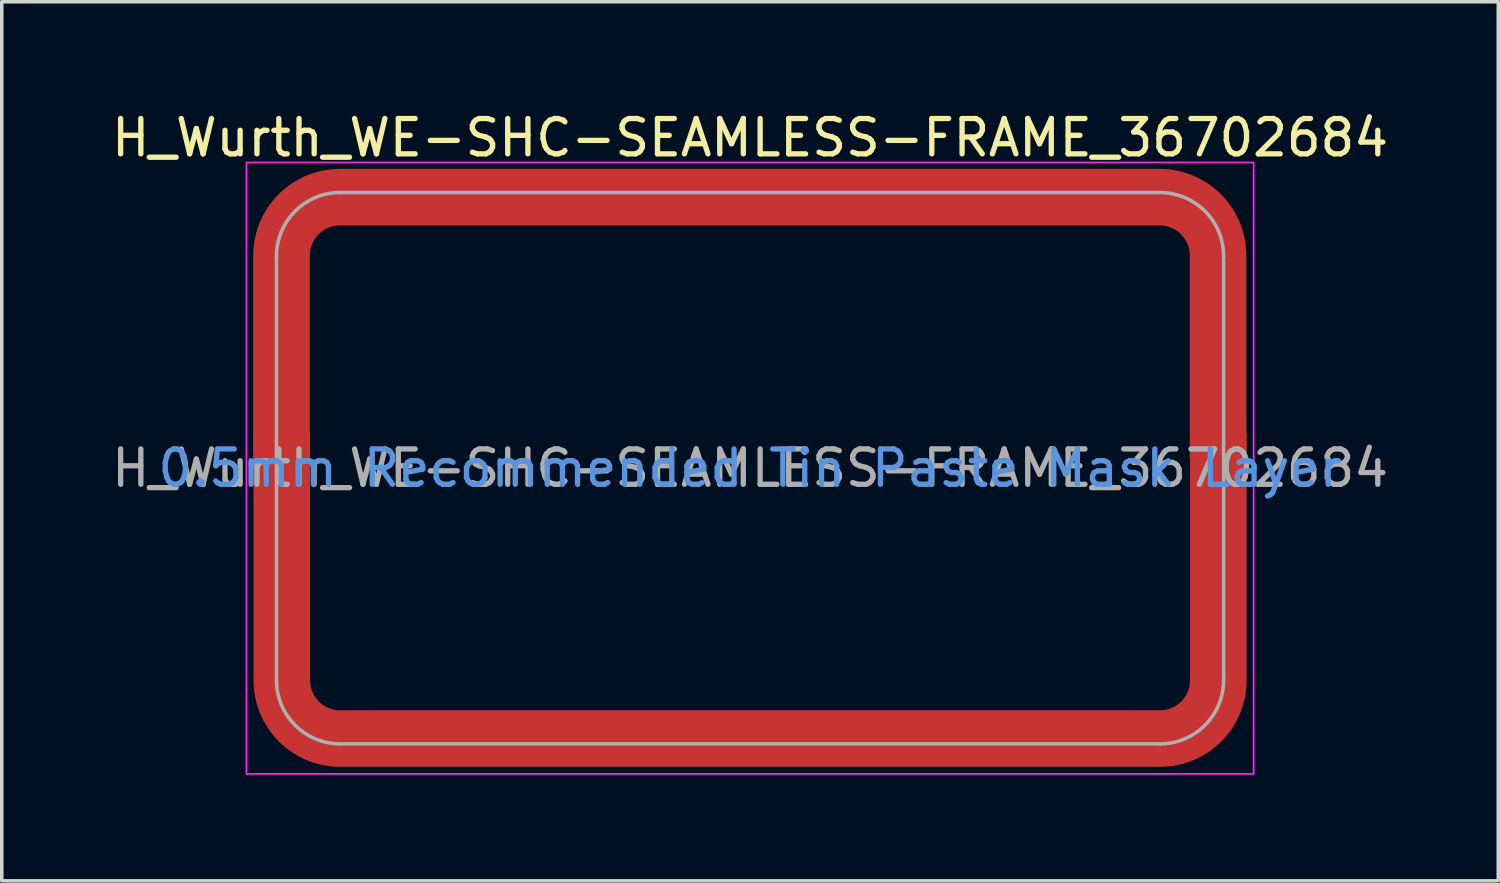
<source format=kicad_pcb>
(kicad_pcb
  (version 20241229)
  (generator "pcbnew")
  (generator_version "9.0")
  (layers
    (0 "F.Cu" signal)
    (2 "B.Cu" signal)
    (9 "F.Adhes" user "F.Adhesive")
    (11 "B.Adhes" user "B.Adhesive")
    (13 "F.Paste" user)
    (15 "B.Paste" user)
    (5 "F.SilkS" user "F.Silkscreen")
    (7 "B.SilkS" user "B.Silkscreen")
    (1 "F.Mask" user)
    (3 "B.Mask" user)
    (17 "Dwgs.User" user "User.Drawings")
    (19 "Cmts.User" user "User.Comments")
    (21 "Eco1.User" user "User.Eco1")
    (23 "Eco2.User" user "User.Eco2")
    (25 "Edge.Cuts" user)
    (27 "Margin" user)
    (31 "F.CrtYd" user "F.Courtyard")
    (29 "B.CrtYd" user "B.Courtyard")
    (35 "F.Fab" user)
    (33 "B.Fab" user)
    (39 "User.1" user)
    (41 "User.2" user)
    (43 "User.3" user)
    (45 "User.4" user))
  (footprint "H_Wurth_WE-SHC-SEAMLESS-FRAME_36702684"
    (layer "F.Cu")
    (at 18.173 10.198)
    (property "Reference" "H_Wurth_WE-SHC-SEAMLESS-FRAME_36702684" (at 0 -9.35 0) (unlocked yes) (layer "F.SilkS") (effects (font (size 1 1) (thickness 0.15))))
    (attr smd)
    (fp_poly (pts (xy -12.508 -0.269) (xy -14.008 -0.269) (xy -14.008 -6.019) (xy -14.005 -6.145) (xy -13.995 -6.27) (xy -13.978 -6.394) (xy -13.956 -6.518) (xy -13.926 -6.64) (xy -13.891 -6.761) (xy -13.849 -6.879) (xy -13.801 -6.995) (xy -13.746 -7.109) (xy -13.686 -7.219) (xy -13.621 -7.326) (xy -13.55 -7.43) (xy -13.473 -7.529) (xy -13.392 -7.625) (xy -13.305 -7.716) (xy -13.214 -7.803) (xy -13.118 -7.884) (xy -13.019 -7.961) (xy -12.915 -8.032) (xy -12.808 -8.097) (xy -12.698 -8.157) (xy -12.584 -8.212) (xy -12.468 -8.26) (xy -12.35 -8.302) (xy -12.229 -8.337) (xy -12.107 -8.367) (xy -11.983 -8.389) (xy -11.859 -8.406) (xy -11.734 -8.416) (xy -11.608 -8.419) (xy 11.592 -8.419) (xy 11.718 -8.416) (xy 11.843 -8.406) (xy 11.967 -8.389) (xy 12.091 -8.367) (xy 12.213 -8.337) (xy 12.334 -8.302) (xy 12.452 -8.26) (xy 12.568 -8.212) (xy 12.682 -8.157) (xy 12.792 -8.097) (xy 12.899 -8.032) (xy 13.003 -7.961) (xy 13.102 -7.884) (xy 13.198 -7.803) (xy 13.289 -7.716) (xy 13.376 -7.625) (xy 13.457 -7.529) (xy 13.534 -7.43) (xy 13.605 -7.326) (xy 13.67 -7.219) (xy 13.73 -7.109) (xy 13.785 -6.995) (xy 13.833 -6.879) (xy 13.875 -6.761) (xy 13.91 -6.64) (xy 13.94 -6.518) (xy 13.962 -6.394) (xy 13.979 -6.27) (xy 13.989 -6.145) (xy 13.992 -6.019) (xy 13.992 -0.269) (xy 12.492 -0.269) (xy 12.492 -6.019) (xy 12.491 -6.066) (xy 12.487 -6.113) (xy 12.481 -6.16) (xy 12.472 -6.206) (xy 12.461 -6.252) (xy 12.448 -6.297) (xy 12.432 -6.342) (xy 12.414 -6.385) (xy 12.394 -6.428) (xy 12.371 -6.469) (xy 12.347 -6.509) (xy 12.32 -6.548) (xy 12.291 -6.585) (xy 12.261 -6.621) (xy 12.228 -6.655) (xy 12.194 -6.688) (xy 12.158 -6.718) (xy 12.121 -6.747) (xy 12.082 -6.774) (xy 12.042 -6.798) (xy 12.001 -6.821) (xy 11.958 -6.841) (xy 11.915 -6.859) (xy 11.87 -6.875) (xy 11.825 -6.888) (xy 11.779 -6.899) (xy 11.733 -6.908) (xy 11.686 -6.914) (xy 11.639 -6.918) (xy 11.592 -6.919) (xy -11.608 -6.919) (xy -11.655 -6.918) (xy -11.702 -6.914) (xy -11.749 -6.908) (xy -11.795 -6.899) (xy -11.841 -6.888) (xy -11.886 -6.875) (xy -11.931 -6.859) (xy -11.974 -6.841) (xy -12.017 -6.821) (xy -12.058 -6.798) (xy -12.098 -6.774) (xy -12.137 -6.747) (xy -12.174 -6.718) (xy -12.21 -6.688) (xy -12.244 -6.655) (xy -12.277 -6.621) (xy -12.307 -6.585) (xy -12.336 -6.548) (xy -12.363 -6.509) (xy -12.387 -6.469) (xy -12.41 -6.428) (xy -12.43 -6.385) (xy -12.448 -6.342) (xy -12.464 -6.297) (xy -12.477 -6.252) (xy -12.488 -6.206) (xy -12.497 -6.16) (xy -12.503 -6.113) (xy -12.507 -6.066) (xy -12.508 -6.019) (xy -12.508 -0.269)) (stroke (width 0.1) (type solid)) (fill yes) (layer "F.Cu"))
    (fp_poly (pts (xy -12.5 -0.25) (xy -14 -0.25) (xy -14 -6) (xy -13.997 -6.126) (xy -13.987 -6.251) (xy -13.97 -6.375) (xy -13.948 -6.499) (xy -13.918 -6.621) (xy -13.883 -6.742) (xy -13.841 -6.86) (xy -13.793 -6.976) (xy -13.738 -7.09) (xy -13.678 -7.2) (xy -13.613 -7.307) (xy -13.542 -7.411) (xy -13.465 -7.51) (xy -13.384 -7.606) (xy -13.297 -7.697) (xy -13.206 -7.784) (xy -13.11 -7.865) (xy -13.011 -7.942) (xy -12.907 -8.013) (xy -12.8 -8.078) (xy -12.69 -8.138) (xy -12.576 -8.193) (xy -12.46 -8.241) (xy -12.342 -8.283) (xy -12.221 -8.318) (xy -12.099 -8.348) (xy -11.975 -8.37) (xy -11.851 -8.387) (xy -11.726 -8.397) (xy -11.6 -8.4) (xy 11.6 -8.4) (xy 11.726 -8.397) (xy 11.851 -8.387) (xy 11.975 -8.37) (xy 12.099 -8.348) (xy 12.221 -8.318) (xy 12.342 -8.283) (xy 12.46 -8.241) (xy 12.576 -8.193) (xy 12.69 -8.138) (xy 12.8 -8.078) (xy 12.907 -8.013) (xy 13.011 -7.942) (xy 13.11 -7.865) (xy 13.206 -7.784) (xy 13.297 -7.697) (xy 13.384 -7.606) (xy 13.465 -7.51) (xy 13.542 -7.411) (xy 13.613 -7.307) (xy 13.678 -7.2) (xy 13.738 -7.09) (xy 13.793 -6.976) (xy 13.841 -6.86) (xy 13.883 -6.742) (xy 13.918 -6.621) (xy 13.948 -6.499) (xy 13.97 -6.375) (xy 13.987 -6.251) (xy 13.997 -6.126) (xy 14 -6) (xy 14 -0.25) (xy 12.5 -0.25) (xy 12.5 -6) (xy 12.499 -6.047) (xy 12.495 -6.094) (xy 12.489 -6.141) (xy 12.48 -6.187) (xy 12.469 -6.233) (xy 12.456 -6.278) (xy 12.44 -6.323) (xy 12.422 -6.366) (xy 12.402 -6.409) (xy 12.379 -6.45) (xy 12.355 -6.49) (xy 12.328 -6.529) (xy 12.299 -6.566) (xy 12.269 -6.602) (xy 12.236 -6.636) (xy 12.202 -6.669) (xy 12.166 -6.699) (xy 12.129 -6.728) (xy 12.09 -6.755) (xy 12.05 -6.779) (xy 12.009 -6.802) (xy 11.966 -6.822) (xy 11.923 -6.84) (xy 11.878 -6.856) (xy 11.833 -6.869) (xy 11.787 -6.88) (xy 11.741 -6.889) (xy 11.694 -6.895) (xy 11.647 -6.899) (xy 11.6 -6.9) (xy -11.6 -6.9) (xy -11.647 -6.899) (xy -11.694 -6.895) (xy -11.741 -6.889) (xy -11.787 -6.88) (xy -11.833 -6.869) (xy -11.878 -6.856) (xy -11.923 -6.84) (xy -11.966 -6.822) (xy -12.009 -6.802) (xy -12.05 -6.779) (xy -12.09 -6.755) (xy -12.129 -6.728) (xy -12.166 -6.699) (xy -12.202 -6.669) (xy -12.236 -6.636) (xy -12.269 -6.602) (xy -12.299 -6.566) (xy -12.328 -6.529) (xy -12.355 -6.49) (xy -12.379 -6.45) (xy -12.402 -6.409) (xy -12.422 -6.366) (xy -12.44 -6.323) (xy -12.456 -6.278) (xy -12.469 -6.233) (xy -12.48 -6.187) (xy -12.489 -6.141) (xy -12.495 -6.094) (xy -12.499 -6.047) (xy -12.5 -6) (xy -12.5 -0.25)) (stroke (width 0.1) (type solid)) (fill yes) (layer "F.Mask"))
    (fp_poly (pts (xy -12.508 -0.269) (xy -14.008 -0.269) (xy -14.008 -6.019) (xy -14.005 -6.145) (xy -13.995 -6.27) (xy -13.978 -6.394) (xy -13.956 -6.518) (xy -13.926 -6.64) (xy -13.891 -6.761) (xy -13.849 -6.879) (xy -13.801 -6.995) (xy -13.746 -7.109) (xy -13.686 -7.219) (xy -13.621 -7.326) (xy -13.55 -7.43) (xy -13.473 -7.529) (xy -13.392 -7.625) (xy -13.305 -7.716) (xy -13.214 -7.803) (xy -13.118 -7.884) (xy -13.019 -7.961) (xy -12.915 -8.032) (xy -12.808 -8.097) (xy -12.698 -8.157) (xy -12.584 -8.212) (xy -12.468 -8.26) (xy -12.35 -8.302) (xy -12.229 -8.337) (xy -12.107 -8.367) (xy -11.983 -8.389) (xy -11.859 -8.406) (xy -11.734 -8.416) (xy -11.608 -8.419) (xy 11.592 -8.419) (xy 11.718 -8.416) (xy 11.843 -8.406) (xy 11.967 -8.389) (xy 12.091 -8.367) (xy 12.213 -8.337) (xy 12.334 -8.302) (xy 12.452 -8.26) (xy 12.568 -8.212) (xy 12.682 -8.157) (xy 12.792 -8.097) (xy 12.899 -8.032) (xy 13.003 -7.961) (xy 13.102 -7.884) (xy 13.198 -7.803) (xy 13.289 -7.716) (xy 13.376 -7.625) (xy 13.457 -7.529) (xy 13.534 -7.43) (xy 13.605 -7.326) (xy 13.67 -7.219) (xy 13.73 -7.109) (xy 13.785 -6.995) (xy 13.833 -6.879) (xy 13.875 -6.761) (xy 13.91 -6.64) (xy 13.94 -6.518) (xy 13.962 -6.394) (xy 13.979 -6.27) (xy 13.989 -6.145) (xy 13.992 -6.019) (xy 13.992 -0.269) (xy 12.492 -0.269) (xy 12.492 -6.019) (xy 12.491 -6.066) (xy 12.487 -6.113) (xy 12.481 -6.16) (xy 12.472 -6.206) (xy 12.461 -6.252) (xy 12.448 -6.297) (xy 12.432 -6.342) (xy 12.414 -6.385) (xy 12.394 -6.428) (xy 12.371 -6.469) (xy 12.347 -6.509) (xy 12.32 -6.548) (xy 12.291 -6.585) (xy 12.261 -6.621) (xy 12.228 -6.655) (xy 12.194 -6.688) (xy 12.158 -6.718) (xy 12.121 -6.747) (xy 12.082 -6.774) (xy 12.042 -6.798) (xy 12.001 -6.821) (xy 11.958 -6.841) (xy 11.915 -6.859) (xy 11.87 -6.875) (xy 11.825 -6.888) (xy 11.779 -6.899) (xy 11.733 -6.908) (xy 11.686 -6.914) (xy 11.639 -6.918) (xy 11.592 -6.919) (xy -11.608 -6.919) (xy -11.655 -6.918) (xy -11.702 -6.914) (xy -11.749 -6.908) (xy -11.795 -6.899) (xy -11.841 -6.888) (xy -11.886 -6.875) (xy -11.931 -6.859) (xy -11.974 -6.841) (xy -12.017 -6.821) (xy -12.058 -6.798) (xy -12.098 -6.774) (xy -12.137 -6.747) (xy -12.174 -6.718) (xy -12.21 -6.688) (xy -12.244 -6.655) (xy -12.277 -6.621) (xy -12.307 -6.585) (xy -12.336 -6.548) (xy -12.363 -6.509) (xy -12.387 -6.469) (xy -12.41 -6.428) (xy -12.43 -6.385) (xy -12.448 -6.342) (xy -12.464 -6.297) (xy -12.477 -6.252) (xy -12.488 -6.206) (xy -12.497 -6.16) (xy -12.503 -6.113) (xy -12.507 -6.066) (xy -12.508 -6.019) (xy -12.508 -0.269)) (stroke (width 0.1) (type solid)) (fill yes) (layer "F.Paste"))
    (fp_rect (start -14.25 -8.65) (end 14.25 8.65) (stroke (width 0.05) (type solid)) (fill no) (layer "F.CrtYd"))
    (fp_line (start -13.4 6) (end -13.4 -6) (stroke (width 0.1) (type solid)) (layer "F.Fab"))
    (fp_line (start -11.6 -7.8) (end 11.6 -7.8) (stroke (width 0.1) (type solid)) (layer "F.Fab"))
    (fp_line (start -11.6 7.8) (end 11.6 7.8) (stroke (width 0.1) (type solid)) (layer "F.Fab"))
    (fp_line (start 13.4 6) (end 13.4 -6) (stroke (width 0.1) (type solid)) (layer "F.Fab"))
    (fp_arc (start -13.4 -6) (mid -12.872792 -7.272792) (end -11.6 -7.8) (stroke (width 0.1) (type solid)) (layer "F.Fab"))
    (fp_arc (start -11.6 7.8) (mid -12.872792 7.272792) (end -13.4 6) (stroke (width 0.1) (type solid)) (layer "F.Fab"))
    (fp_arc (start 11.6 -7.8) (mid 12.872792 -7.272792) (end 13.4 -6) (stroke (width 0.1) (type solid)) (layer "F.Fab"))
    (fp_arc (start 13.4 6) (mid 12.872792 7.272792) (end 11.6 7.8) (stroke (width 0.1) (type solid)) (layer "F.Fab"))
    (fp_text user "0.5mm Recommended Tin Paste Mask Layer" (at 0 0 0) (unlocked yes) (layer "Cmts.User") (effects (font (size 1 1) (thickness 0.15))))
    (fp_text user "${REFERENCE}" (at 0 0 0) (unlocked yes) (layer "F.Fab") (effects (font (size 1 1) (thickness 0.15))))
    (pad "1" smd custom (at -13.25 0) (size 1.5 0.1) (layers "F.Cu" "F.Mask" "F.Paste") (options (anchor rect)) (primitives (gr_poly (pts (xy 25.75 -1) (xy 27.25 -1) (xy 27.25 6) (xy 27.247 6.126) (xy 27.237 6.251) (xy 27.22 6.375) (xy 27.198 6.499) (xy 27.168 6.621) (xy 27.133 6.742) (xy 27.091 6.86) (xy 27.043 6.976) (xy 26.988 7.09) (xy 26.928 7.2) (xy 26.863 7.307) (xy 26.792 7.411) (xy 26.715 7.51) (xy 26.634 7.606) (xy 26.547 7.697) (xy 26.456 7.784) (xy 26.36 7.865) (xy 26.261 7.942) (xy 26.157 8.013) (xy 26.05 8.078) (xy 25.94 8.138) (xy 25.826 8.193) (xy 25.71 8.241) (xy 25.592 8.283) (xy 25.471 8.318) (xy 25.349 8.348) (xy 25.225 8.37) (xy 25.101 8.387) (xy 24.976 8.397) (xy 24.85 8.4) (xy 1.65 8.4) (xy 1.524 8.397) (xy 1.399 8.387) (xy 1.275 8.37) (xy 1.151 8.348) (xy 1.029 8.318) (xy 0.908 8.283) (xy 0.79 8.241) (xy 0.674 8.193) (xy 0.56 8.138) (xy 0.45 8.078) (xy 0.343 8.013) (xy 0.239 7.942) (xy 0.14 7.865) (xy 0.044 7.784) (xy -0.047 7.697) (xy -0.134 7.606) (xy -0.215 7.51) (xy -0.292 7.411) (xy -0.363 7.307) (xy -0.428 7.2) (xy -0.488 7.09) (xy -0.543 6.976) (xy -0.591 6.86) (xy -0.633 6.742) (xy -0.668 6.621) (xy -0.698 6.499) (xy -0.72 6.375) (xy -0.737 6.251) (xy -0.747 6.126) (xy -0.75 6) (xy -0.75 -1) (xy 0.75 -1) (xy 0.75 6) (xy 0.751 6.047) (xy 0.755 6.094) (xy 0.761 6.141) (xy 0.77 6.187) (xy 0.781 6.233) (xy 0.794 6.278) (xy 0.81 6.323) (xy 0.828 6.366) (xy 0.848 6.409) (xy 0.871 6.45) (xy 0.895 6.49) (xy 0.922 6.529) (xy 0.951 6.566) (xy 0.981 6.602) (xy 1.014 6.636) (xy 1.048 6.669) (xy 1.084 6.699) (xy 1.121 6.728) (xy 1.16 6.755) (xy 1.2 6.779) (xy 1.241 6.802) (xy 1.284 6.822) (xy 1.327 6.84) (xy 1.372 6.856) (xy 1.417 6.869) (xy 1.463 6.88) (xy 1.509 6.889) (xy 1.556 6.895) (xy 1.603 6.899) (xy 1.65 6.9) (xy 24.85 6.9) (xy 24.897 6.899) (xy 24.944 6.895) (xy 24.991 6.889) (xy 25.037 6.88) (xy 25.083 6.869) (xy 25.128 6.856) (xy 25.173 6.84) (xy 25.216 6.822) (xy 25.259 6.802) (xy 25.3 6.779) (xy 25.34 6.755) (xy 25.379 6.728) (xy 25.416 6.699) (xy 25.452 6.669) (xy 25.486 6.636) (xy 25.519 6.602) (xy 25.549 6.566) (xy 25.578 6.529) (xy 25.605 6.49) (xy 25.629 6.45) (xy 25.652 6.409) (xy 25.672 6.366) (xy 25.69 6.323) (xy 25.706 6.278) (xy 25.719 6.233) (xy 25.73 6.187) (xy 25.739 6.141) (xy 25.745 6.094) (xy 25.749 6.047) (xy 25.75 6) (xy 25.75 -1)) (width 0.1) (fill yes)))))
  (gr_rect
    (start -3 -3)
    (end 39.345 21.873)
    (stroke (width 0.1) (type default))
    (fill no)
    (layer "Edge.Cuts")))
</source>
